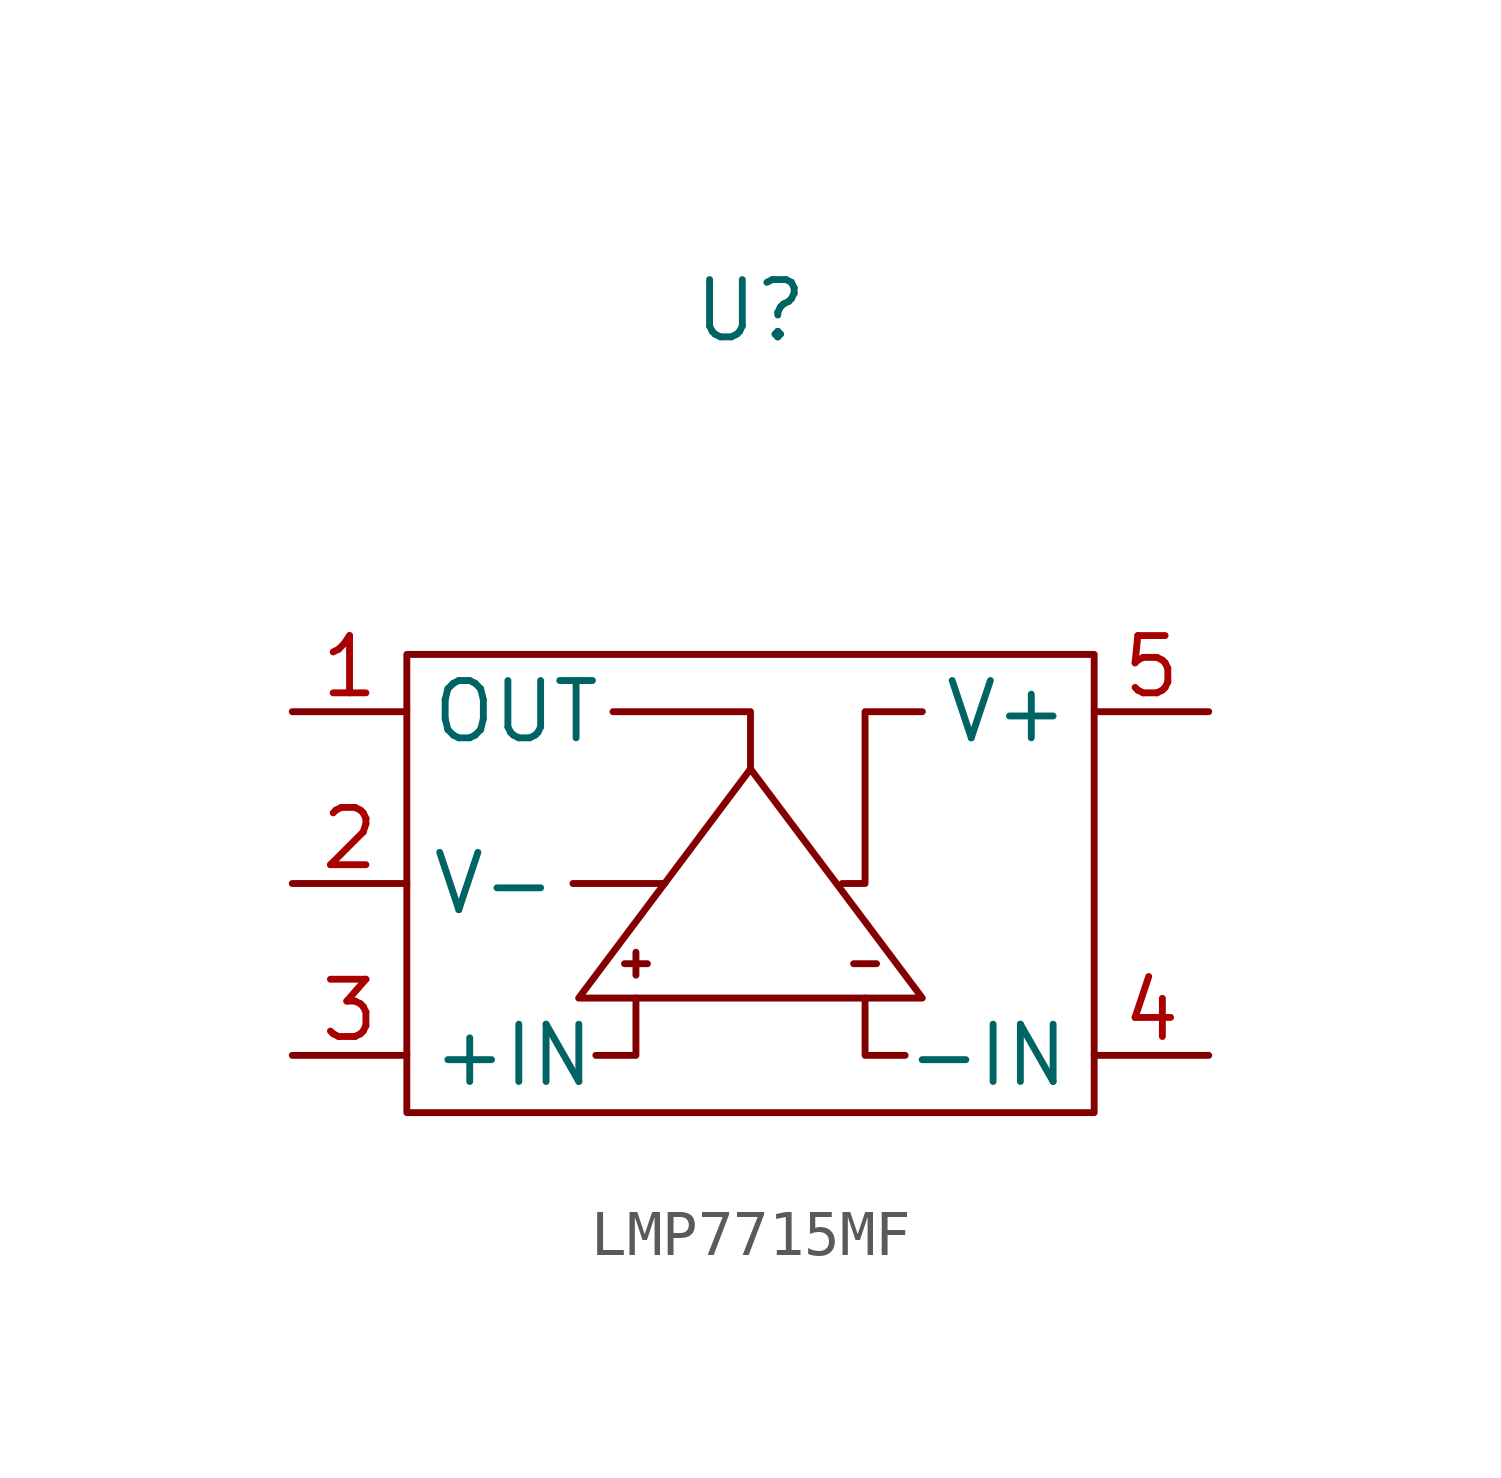
<source format=kicad_sym>
(kicad_symbol_lib
  (version 20220914)
  (generator kicad_symbol_editor)
  (symbol "LMP7715MF"
    (property "Reference" "U"
      (at 0 15.24 0)
      (effects (font (size 1.27 1.27))))
    (property "Value" ""
      (at 5.08 0 0)
      (effects (font (size 1.27 1.27))))
    (symbol "LMP7715MF_0_0"
      (pin output line (at -10.16 6.35 0) (length 2.54) (name "OUT" (effects (font (size 1.27 1.27)))) (number "1" (effects (font (size 1.27 1.27)))))
      (pin power_in line (at -10.16 2.54 0) (length 2.54) (name "V-" (effects (font (size 1.27 1.27)))) (number "2" (effects (font (size 1.27 1.27)))))
      (pin input line (at -10.16 -1.27 0) (length 2.54) (name "+IN" (effects (font (size 1.27 1.27)))) (number "3" (effects (font (size 1.27 1.27)))))
      (pin input line (at 10.16 -1.27 180) (length 2.54) (name "-IN" (effects (font (size 1.27 1.27)))) (number "4" (effects (font (size 1.27 1.27)))))
      (pin power_in line (at 10.16 6.35 180) (length 2.54) (name "V+" (effects (font (size 1.27 1.27)))) (number "5" (effects (font (size 1.27 1.27))))))
    (symbol "LMP7715MF_0_1"
      (rectangle (start -7.62 7.62) (end 7.62 -2.54) (stroke (width 0) (type default)) (fill (type none)))
      (polyline (pts (xy -2.794 0.762) (xy -2.286 0.762)) (stroke (width 0) (type default)) (fill (type none)))
      (polyline (pts (xy -2.54 0.508) (xy -2.54 1.016)) (stroke (width 0) (type default)) (fill (type none)))
      (polyline (pts (xy -1.905 2.54) (xy -3.937 2.54)) (stroke (width 0) (type default)) (fill (type none)))
      (polyline (pts (xy 2.286 0.762) (xy 2.794 0.762)) (stroke (width 0) (type default)) (fill (type none)))
      (polyline (pts (xy -3.429 -1.27) (xy -2.54 -1.27) (xy -2.54 0)) (stroke (width 0) (type default)) (fill (type none)))
      (polyline (pts (xy 0 5.08) (xy 0 6.35) (xy -3.048 6.35)) (stroke (width 0) (type default)) (fill (type none)))
      (polyline (pts (xy 3.429 -1.27) (xy 2.54 -1.27) (xy 2.54 0)) (stroke (width 0) (type default)) (fill (type none)))
      (polyline (pts (xy -3.81 0) (xy 3.81 0) (xy 0 5.08) (xy -3.81 0)) (stroke (width 0) (type default)) (fill (type none)))
      (polyline (pts (xy 3.81 6.35) (xy 2.54 6.35) (xy 2.54 2.54) (xy 2.032 2.54)) (stroke (width 0) (type default)) (fill (type none))))))
</source>
